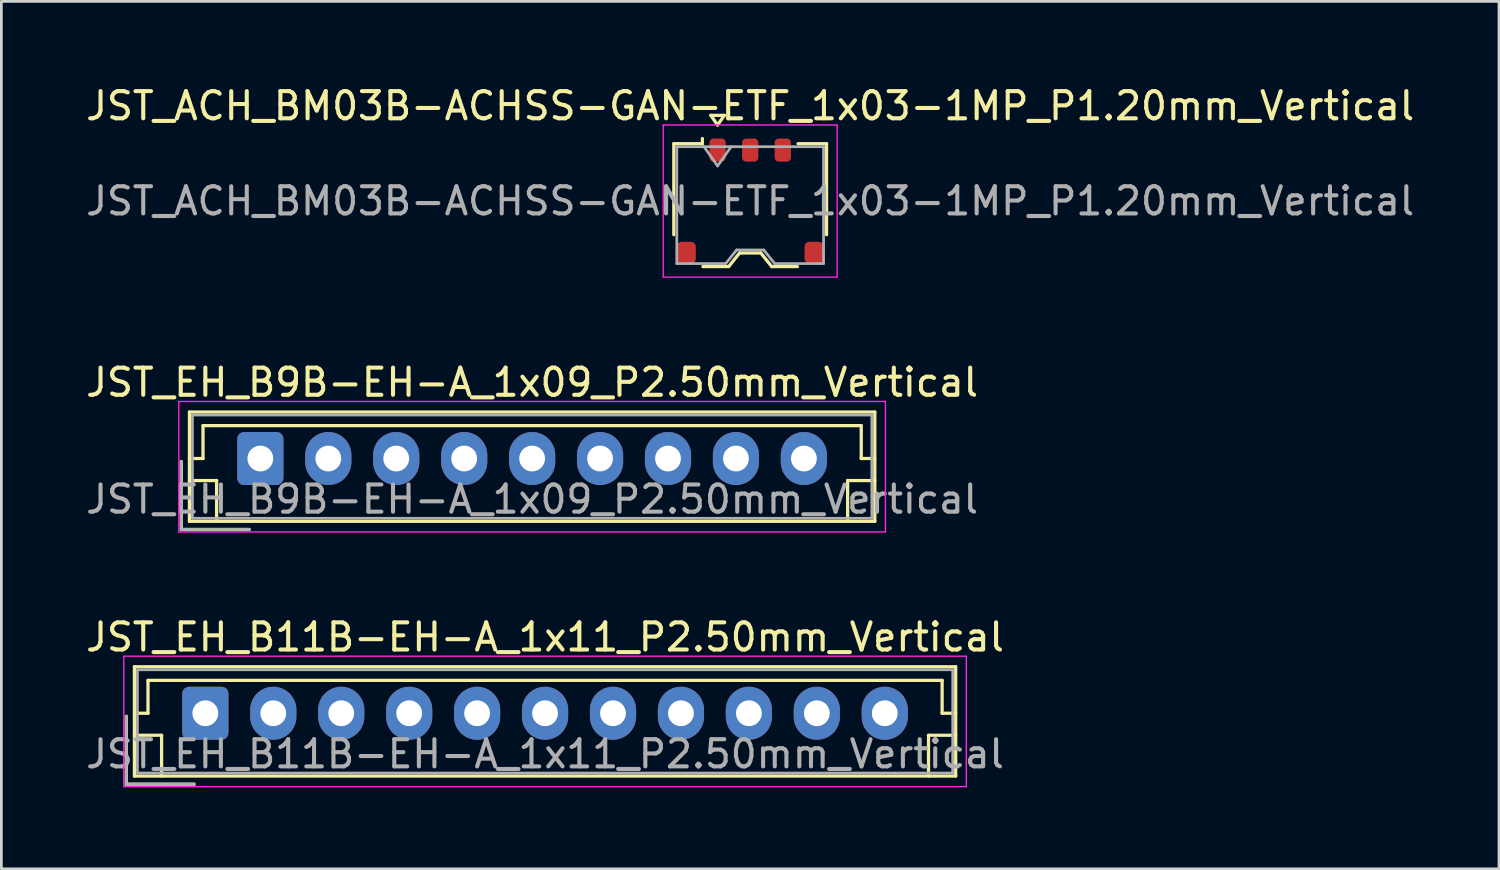
<source format=kicad_pcb>
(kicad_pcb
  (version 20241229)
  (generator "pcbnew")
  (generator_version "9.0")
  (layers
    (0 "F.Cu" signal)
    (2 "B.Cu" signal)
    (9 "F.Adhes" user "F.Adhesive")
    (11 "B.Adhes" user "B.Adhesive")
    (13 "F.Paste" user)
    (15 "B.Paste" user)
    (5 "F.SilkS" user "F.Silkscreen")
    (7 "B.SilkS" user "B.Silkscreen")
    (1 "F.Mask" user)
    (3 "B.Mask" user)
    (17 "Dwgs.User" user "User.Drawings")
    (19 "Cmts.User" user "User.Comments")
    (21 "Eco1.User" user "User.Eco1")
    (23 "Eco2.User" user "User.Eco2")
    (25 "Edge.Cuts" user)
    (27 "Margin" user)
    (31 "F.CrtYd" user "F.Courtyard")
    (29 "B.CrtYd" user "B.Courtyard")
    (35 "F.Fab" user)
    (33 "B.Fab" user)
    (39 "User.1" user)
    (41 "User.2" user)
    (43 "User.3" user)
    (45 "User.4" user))
  (footprint "JST_EH_B11B-EH-A_1x11_P2.50mm_Vertical"
    (layer "F.Cu")
    (at 4.506 23.195)
    (property "Reference" "JST_EH_B11B-EH-A_1x11_P2.50mm_Vertical" (at 12.5 -2.8 0) (layer "F.SilkS") (effects (font (size 1 1) (thickness 0.15))))
    (attr through_hole)
    (fp_line (start -2.91 0.11) (end -2.91 2.61) (stroke (width 0.12) (type solid)) (layer "F.SilkS"))
    (fp_line (start -2.91 2.61) (end -0.41 2.61) (stroke (width 0.12) (type solid)) (layer "F.SilkS"))
    (fp_line (start -2.61 -1.71) (end -2.61 2.31) (stroke (width 0.12) (type solid)) (layer "F.SilkS"))
    (fp_line (start -2.61 0) (end -2.11 0) (stroke (width 0.12) (type solid)) (layer "F.SilkS"))
    (fp_line (start -2.61 0.81) (end -1.61 0.81) (stroke (width 0.12) (type solid)) (layer "F.SilkS"))
    (fp_line (start -2.61 2.31) (end 27.61 2.31) (stroke (width 0.12) (type solid)) (layer "F.SilkS"))
    (fp_line (start -2.11 -1.21) (end 27.11 -1.21) (stroke (width 0.12) (type solid)) (layer "F.SilkS"))
    (fp_line (start -2.11 0) (end -2.11 -1.21) (stroke (width 0.12) (type solid)) (layer "F.SilkS"))
    (fp_line (start -1.61 0.81) (end -1.61 2.31) (stroke (width 0.12) (type solid)) (layer "F.SilkS"))
    (fp_line (start 26.61 0.81) (end 26.61 2.31) (stroke (width 0.12) (type solid)) (layer "F.SilkS"))
    (fp_line (start 27.11 -1.21) (end 27.11 0) (stroke (width 0.12) (type solid)) (layer "F.SilkS"))
    (fp_line (start 27.11 0) (end 27.61 0) (stroke (width 0.12) (type solid)) (layer "F.SilkS"))
    (fp_line (start 27.61 -1.71) (end -2.61 -1.71) (stroke (width 0.12) (type solid)) (layer "F.SilkS"))
    (fp_line (start 27.61 0.81) (end 26.61 0.81) (stroke (width 0.12) (type solid)) (layer "F.SilkS"))
    (fp_line (start 27.61 2.31) (end 27.61 -1.71) (stroke (width 0.12) (type solid)) (layer "F.SilkS"))
    (fp_line (start -3 -2.1) (end -3 2.7) (stroke (width 0.05) (type solid)) (layer "F.CrtYd"))
    (fp_line (start -3 2.7) (end 28 2.7) (stroke (width 0.05) (type solid)) (layer "F.CrtYd"))
    (fp_line (start 28 -2.1) (end -3 -2.1) (stroke (width 0.05) (type solid)) (layer "F.CrtYd"))
    (fp_line (start 28 2.7) (end 28 -2.1) (stroke (width 0.05) (type solid)) (layer "F.CrtYd"))
    (fp_line (start -2.91 0.11) (end -2.91 2.61) (stroke (width 0.1) (type solid)) (layer "F.Fab"))
    (fp_line (start -2.91 2.61) (end -0.41 2.61) (stroke (width 0.1) (type solid)) (layer "F.Fab"))
    (fp_line (start -2.5 -1.6) (end -2.5 2.2) (stroke (width 0.1) (type solid)) (layer "F.Fab"))
    (fp_line (start -2.5 2.2) (end 27.5 2.2) (stroke (width 0.1) (type solid)) (layer "F.Fab"))
    (fp_line (start 27.5 -1.6) (end -2.5 -1.6) (stroke (width 0.1) (type solid)) (layer "F.Fab"))
    (fp_line (start 27.5 2.2) (end 27.5 -1.6) (stroke (width 0.1) (type solid)) (layer "F.Fab"))
    (fp_text user "${REFERENCE}" (at 12.5 1.5 0) (layer "F.Fab") (effects (font (size 1 1) (thickness 0.15))))
    (pad "1" thru_hole roundrect (at 0 0) (size 1.7 1.95) (drill 0.95) (layers "*.Cu" "*.Mask") (roundrect_rratio 0.147))
    (pad "2" thru_hole oval (at 2.5 0) (size 1.7 1.95) (drill 0.95) (layers "*.Cu" "*.Mask"))
    (pad "3" thru_hole oval (at 5 0) (size 1.7 1.95) (drill 0.95) (layers "*.Cu" "*.Mask"))
    (pad "4" thru_hole oval (at 7.5 0) (size 1.7 1.95) (drill 0.95) (layers "*.Cu" "*.Mask"))
    (pad "5" thru_hole oval (at 10 0) (size 1.7 1.95) (drill 0.95) (layers "*.Cu" "*.Mask"))
    (pad "6" thru_hole oval (at 12.5 0) (size 1.7 1.95) (drill 0.95) (layers "*.Cu" "*.Mask"))
    (pad "7" thru_hole oval (at 15 0) (size 1.7 1.95) (drill 0.95) (layers "*.Cu" "*.Mask"))
    (pad "8" thru_hole oval (at 17.5 0) (size 1.7 1.95) (drill 0.95) (layers "*.Cu" "*.Mask"))
    (pad "9" thru_hole oval (at 20 0) (size 1.7 1.95) (drill 0.95) (layers "*.Cu" "*.Mask"))
    (pad "10" thru_hole oval (at 22.5 0) (size 1.7 1.95) (drill 0.95) (layers "*.Cu" "*.Mask"))
    (pad "11" thru_hole oval (at 25 0) (size 1.7 1.95) (drill 0.95) (layers "*.Cu" "*.Mask")))
  (footprint "JST_ACH_BM03B-ACHSS-GAN-ETF_1x03-1MP_P1.20mm_Vertical"
    (layer "F.Cu")
    (at 24.554 4.348)
    (property "Reference" "JST_ACH_BM03B-ACHSS-GAN-ETF_1x03-1MP_P1.20mm_Vertical" (at 0 -3.5 0) (layer "F.SilkS") (effects (font (size 1 1) (thickness 0.15))))
    (attr smd)
    (fp_line (start -2.81 -2.11) (end -1.76 -2.11) (stroke (width 0.12) (type solid)) (layer "F.SilkS"))
    (fp_line (start -2.81 1.24) (end -2.81 -2.11) (stroke (width 0.12) (type solid)) (layer "F.SilkS"))
    (fp_line (start -1.76 -2.11) (end -1.76 -2.3) (stroke (width 0.12) (type solid)) (layer "F.SilkS"))
    (fp_line (start -1.74 2.41) (end -0.79 2.41) (stroke (width 0.12) (type solid)) (layer "F.SilkS"))
    (fp_line (start -1.45 -3.154) (end -1.2 -2.8) (stroke (width 0.12) (type solid)) (layer "F.SilkS"))
    (fp_line (start -1.2 -2.8) (end -0.95 -3.154) (stroke (width 0.12) (type solid)) (layer "F.SilkS"))
    (fp_line (start -0.95 -3.154) (end -1.45 -3.154) (stroke (width 0.12) (type solid)) (layer "F.SilkS"))
    (fp_line (start -0.79 2.41) (end -0.39 1.91) (stroke (width 0.12) (type solid)) (layer "F.SilkS"))
    (fp_line (start -0.39 1.91) (end 0.39 1.91) (stroke (width 0.12) (type solid)) (layer "F.SilkS"))
    (fp_line (start 0.39 1.91) (end 0.79 2.41) (stroke (width 0.12) (type solid)) (layer "F.SilkS"))
    (fp_line (start 0.79 2.41) (end 1.74 2.41) (stroke (width 0.12) (type solid)) (layer "F.SilkS"))
    (fp_line (start 2.81 -2.11) (end 1.76 -2.11) (stroke (width 0.12) (type solid)) (layer "F.SilkS"))
    (fp_line (start 2.81 1.24) (end 2.81 -2.11) (stroke (width 0.12) (type solid)) (layer "F.SilkS"))
    (fp_line (start -3.2 -2.8) (end -3.2 2.8) (stroke (width 0.05) (type solid)) (layer "F.CrtYd"))
    (fp_line (start -3.2 2.8) (end 3.2 2.8) (stroke (width 0.05) (type solid)) (layer "F.CrtYd"))
    (fp_line (start 3.2 -2.8) (end -3.2 -2.8) (stroke (width 0.05) (type solid)) (layer "F.CrtYd"))
    (fp_line (start 3.2 2.8) (end 3.2 -2.8) (stroke (width 0.05) (type solid)) (layer "F.CrtYd"))
    (fp_line (start -2.7 -2) (end -2.7 2.3) (stroke (width 0.1) (type solid)) (layer "F.Fab"))
    (fp_line (start -2.7 -2) (end 2.7 -2) (stroke (width 0.1) (type solid)) (layer "F.Fab"))
    (fp_line (start -2.7 2.3) (end -0.9 2.3) (stroke (width 0.1) (type solid)) (layer "F.Fab"))
    (fp_line (start -1.7 -2) (end -1.2 -1.293) (stroke (width 0.1) (type solid)) (layer "F.Fab"))
    (fp_line (start -1.2 -1.293) (end -0.7 -2) (stroke (width 0.1) (type solid)) (layer "F.Fab"))
    (fp_line (start -0.9 2.3) (end -0.5 1.8) (stroke (width 0.1) (type solid)) (layer "F.Fab"))
    (fp_line (start -0.5 1.8) (end 0.5 1.8) (stroke (width 0.1) (type solid)) (layer "F.Fab"))
    (fp_line (start 0.5 1.8) (end 0.9 2.3) (stroke (width 0.1) (type solid)) (layer "F.Fab"))
    (fp_line (start 0.9 2.3) (end 2.7 2.3) (stroke (width 0.1) (type solid)) (layer "F.Fab"))
    (fp_line (start 2.7 -2) (end 2.7 2.3) (stroke (width 0.1) (type solid)) (layer "F.Fab"))
    (fp_text user "${REFERENCE}" (at 0 0 0) (layer "F.Fab") (effects (font (size 1 1) (thickness 0.15))))
    (pad "1" smd roundrect (at -1.2 -1.875) (size 0.6 0.85) (layers "F.Cu" "F.Mask" "F.Paste") (roundrect_rratio 0.25))
    (pad "2" smd roundrect (at 0 -1.875) (size 0.6 0.85) (layers "F.Cu" "F.Mask" "F.Paste") (roundrect_rratio 0.25))
    (pad "3" smd roundrect (at 1.2 -1.875) (size 0.6 0.85) (layers "F.Cu" "F.Mask" "F.Paste") (roundrect_rratio 0.25))
    (pad "MP" smd roundrect (at -2.35 1.9) (size 0.7 0.8) (layers "F.Cu" "F.Mask" "F.Paste") (roundrect_rratio 0.25))
    (pad "MP" smd roundrect (at 2.35 1.9) (size 0.7 0.8) (layers "F.Cu" "F.Mask" "F.Paste") (roundrect_rratio 0.25)))
  (footprint "JST_EH_B9B-EH-A_1x09_P2.50mm_Vertical"
    (layer "F.Cu")
    (at 6.53 13.822)
    (property "Reference" "JST_EH_B9B-EH-A_1x09_P2.50mm_Vertical" (at 10 -2.8 0) (layer "F.SilkS") (effects (font (size 1 1) (thickness 0.15))))
    (attr through_hole)
    (fp_line (start -2.91 0.11) (end -2.91 2.61) (stroke (width 0.12) (type solid)) (layer "F.SilkS"))
    (fp_line (start -2.91 2.61) (end -0.41 2.61) (stroke (width 0.12) (type solid)) (layer "F.SilkS"))
    (fp_line (start -2.61 -1.71) (end -2.61 2.31) (stroke (width 0.12) (type solid)) (layer "F.SilkS"))
    (fp_line (start -2.61 0) (end -2.11 0) (stroke (width 0.12) (type solid)) (layer "F.SilkS"))
    (fp_line (start -2.61 0.81) (end -1.61 0.81) (stroke (width 0.12) (type solid)) (layer "F.SilkS"))
    (fp_line (start -2.61 2.31) (end 22.61 2.31) (stroke (width 0.12) (type solid)) (layer "F.SilkS"))
    (fp_line (start -2.11 -1.21) (end 22.11 -1.21) (stroke (width 0.12) (type solid)) (layer "F.SilkS"))
    (fp_line (start -2.11 0) (end -2.11 -1.21) (stroke (width 0.12) (type solid)) (layer "F.SilkS"))
    (fp_line (start -1.61 0.81) (end -1.61 2.31) (stroke (width 0.12) (type solid)) (layer "F.SilkS"))
    (fp_line (start 21.61 0.81) (end 21.61 2.31) (stroke (width 0.12) (type solid)) (layer "F.SilkS"))
    (fp_line (start 22.11 -1.21) (end 22.11 0) (stroke (width 0.12) (type solid)) (layer "F.SilkS"))
    (fp_line (start 22.11 0) (end 22.61 0) (stroke (width 0.12) (type solid)) (layer "F.SilkS"))
    (fp_line (start 22.61 -1.71) (end -2.61 -1.71) (stroke (width 0.12) (type solid)) (layer "F.SilkS"))
    (fp_line (start 22.61 0.81) (end 21.61 0.81) (stroke (width 0.12) (type solid)) (layer "F.SilkS"))
    (fp_line (start 22.61 2.31) (end 22.61 -1.71) (stroke (width 0.12) (type solid)) (layer "F.SilkS"))
    (fp_line (start -3 -2.1) (end -3 2.7) (stroke (width 0.05) (type solid)) (layer "F.CrtYd"))
    (fp_line (start -3 2.7) (end 23 2.7) (stroke (width 0.05) (type solid)) (layer "F.CrtYd"))
    (fp_line (start 23 -2.1) (end -3 -2.1) (stroke (width 0.05) (type solid)) (layer "F.CrtYd"))
    (fp_line (start 23 2.7) (end 23 -2.1) (stroke (width 0.05) (type solid)) (layer "F.CrtYd"))
    (fp_line (start -2.91 0.11) (end -2.91 2.61) (stroke (width 0.1) (type solid)) (layer "F.Fab"))
    (fp_line (start -2.91 2.61) (end -0.41 2.61) (stroke (width 0.1) (type solid)) (layer "F.Fab"))
    (fp_line (start -2.5 -1.6) (end -2.5 2.2) (stroke (width 0.1) (type solid)) (layer "F.Fab"))
    (fp_line (start -2.5 2.2) (end 22.5 2.2) (stroke (width 0.1) (type solid)) (layer "F.Fab"))
    (fp_line (start 22.5 -1.6) (end -2.5 -1.6) (stroke (width 0.1) (type solid)) (layer "F.Fab"))
    (fp_line (start 22.5 2.2) (end 22.5 -1.6) (stroke (width 0.1) (type solid)) (layer "F.Fab"))
    (fp_text user "${REFERENCE}" (at 10 1.5 0) (layer "F.Fab") (effects (font (size 1 1) (thickness 0.15))))
    (pad "1" thru_hole roundrect (at 0 0) (size 1.7 1.95) (drill 0.95) (layers "*.Cu" "*.Mask") (roundrect_rratio 0.147))
    (pad "2" thru_hole oval (at 2.5 0) (size 1.7 1.95) (drill 0.95) (layers "*.Cu" "*.Mask"))
    (pad "3" thru_hole oval (at 5 0) (size 1.7 1.95) (drill 0.95) (layers "*.Cu" "*.Mask"))
    (pad "4" thru_hole oval (at 7.5 0) (size 1.7 1.95) (drill 0.95) (layers "*.Cu" "*.Mask"))
    (pad "5" thru_hole oval (at 10 0) (size 1.7 1.95) (drill 0.95) (layers "*.Cu" "*.Mask"))
    (pad "6" thru_hole oval (at 12.5 0) (size 1.7 1.95) (drill 0.95) (layers "*.Cu" "*.Mask"))
    (pad "7" thru_hole oval (at 15 0) (size 1.7 1.95) (drill 0.95) (layers "*.Cu" "*.Mask"))
    (pad "8" thru_hole oval (at 17.5 0) (size 1.7 1.95) (drill 0.95) (layers "*.Cu" "*.Mask"))
    (pad "9" thru_hole oval (at 20 0) (size 1.7 1.95) (drill 0.95) (layers "*.Cu" "*.Mask")))
  (gr_rect
    (start -3 -3)
    (end 52.107 28.92)
    (stroke (width 0.1) (type default))
    (fill no)
    (layer "Edge.Cuts")))
</source>
